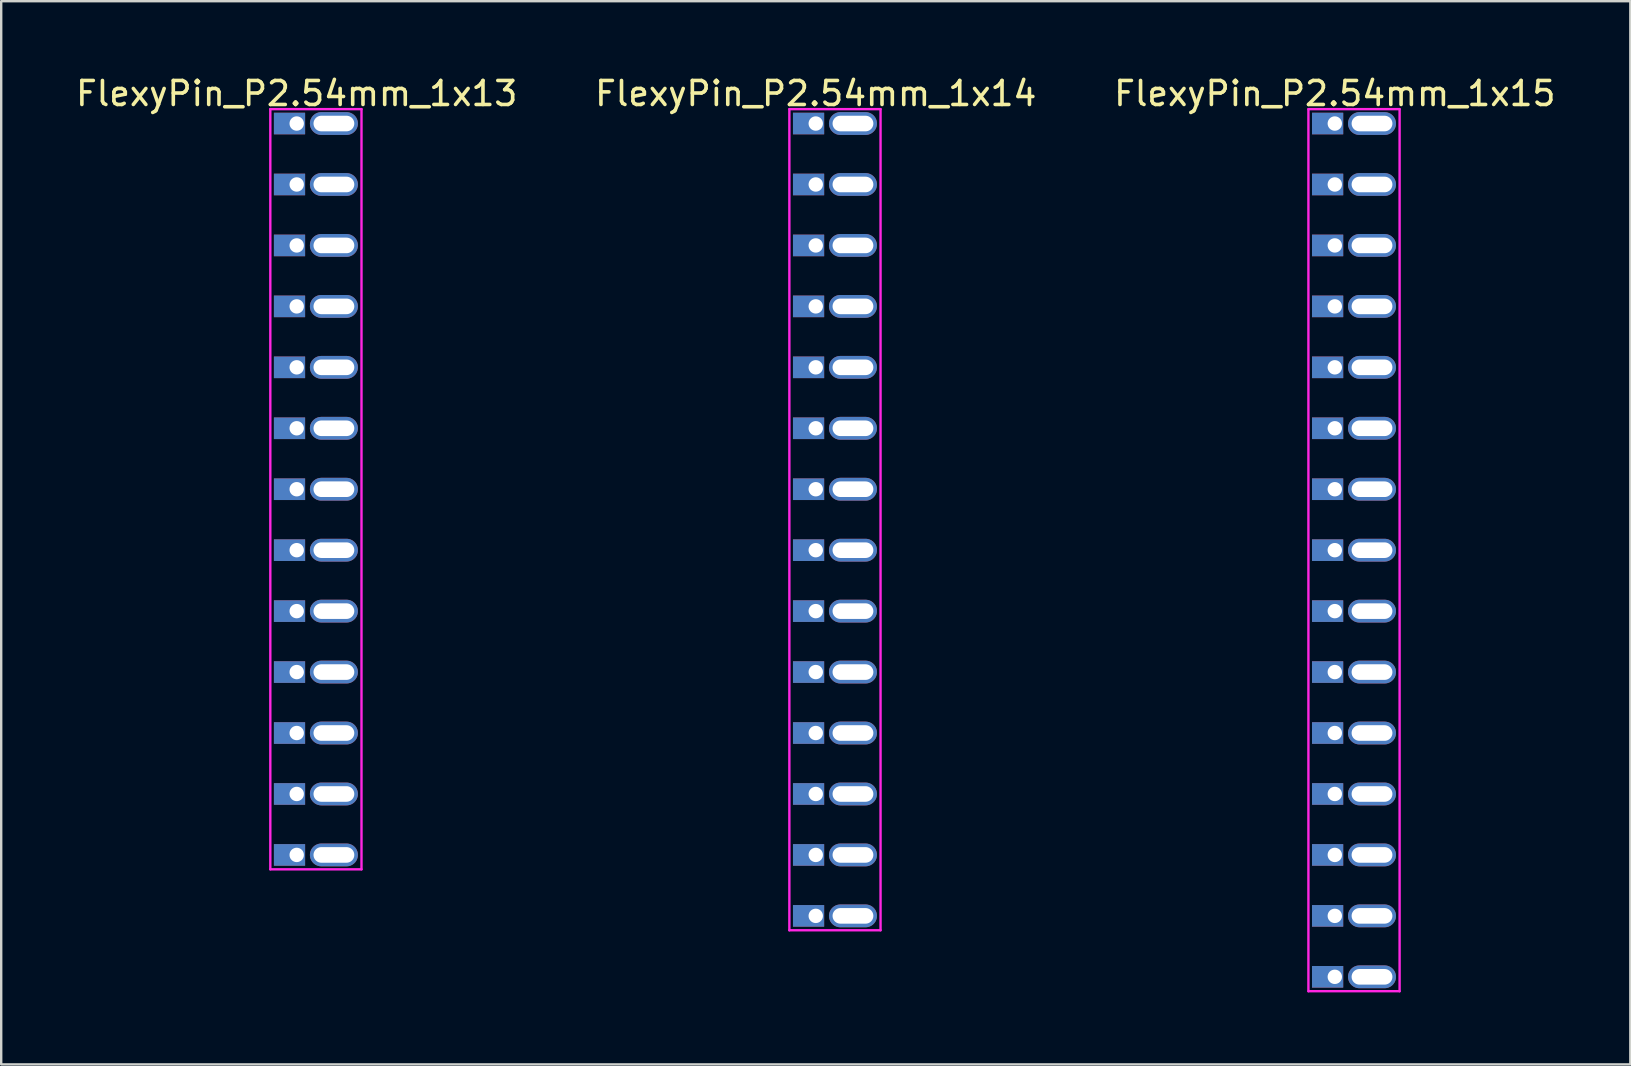
<source format=kicad_pcb>
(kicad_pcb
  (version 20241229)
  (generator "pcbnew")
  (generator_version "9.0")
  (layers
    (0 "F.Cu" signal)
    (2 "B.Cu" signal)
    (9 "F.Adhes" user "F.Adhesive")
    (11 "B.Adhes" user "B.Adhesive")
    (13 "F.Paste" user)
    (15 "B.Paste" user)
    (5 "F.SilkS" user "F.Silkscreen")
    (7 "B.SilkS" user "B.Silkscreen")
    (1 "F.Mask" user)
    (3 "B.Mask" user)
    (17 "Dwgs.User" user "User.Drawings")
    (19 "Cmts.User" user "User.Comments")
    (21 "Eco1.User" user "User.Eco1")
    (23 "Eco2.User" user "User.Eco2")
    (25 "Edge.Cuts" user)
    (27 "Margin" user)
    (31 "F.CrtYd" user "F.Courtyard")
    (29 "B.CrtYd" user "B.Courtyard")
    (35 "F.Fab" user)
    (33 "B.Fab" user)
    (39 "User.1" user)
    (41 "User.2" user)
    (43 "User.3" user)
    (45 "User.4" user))
  (footprint "FlexyPin_P2.54mm_1x13"
    (layer "F.Cu")
    (at 9.315 2.098)
    (property "Reference" "FlexyPin_P2.54mm_1x13" (at 0 -1.25 0) (layer "F.SilkS") (effects (font (size 1 1) (thickness 0.15))))
    (attr through_hole)
    (fp_line (start -1.1 -0.6) (end 2.7 -0.6) (stroke (width 0.1) (type solid)) (layer "F.CrtYd"))
    (fp_line (start -1.1 31.08) (end -1.1 -0.6) (stroke (width 0.1) (type solid)) (layer "F.CrtYd"))
    (fp_line (start 2.7 -0.6) (end 2.7 31.08) (stroke (width 0.1) (type solid)) (layer "F.CrtYd"))
    (fp_line (start 2.7 31.08) (end -1.1 31.08) (stroke (width 0.1) (type solid)) (layer "F.CrtYd"))
    (pad "" thru_hole oval (at 1.55 0) (size 2 0.95) (drill oval 1.7 0.65) (layers "*.Cu" "*.Mask"))
    (pad "" thru_hole oval (at 1.55 2.54) (size 2 0.95) (drill oval 1.7 0.65) (layers "*.Cu" "*.Mask"))
    (pad "" thru_hole oval (at 1.55 5.08) (size 2 0.95) (drill oval 1.7 0.65) (layers "*.Cu" "*.Mask"))
    (pad "" thru_hole oval (at 1.55 7.62) (size 2 0.95) (drill oval 1.7 0.65) (layers "*.Cu" "*.Mask"))
    (pad "" thru_hole oval (at 1.55 10.16) (size 2 0.95) (drill oval 1.7 0.65) (layers "*.Cu" "*.Mask"))
    (pad "" thru_hole oval (at 1.55 12.7) (size 2 0.95) (drill oval 1.7 0.65) (layers "*.Cu" "*.Mask"))
    (pad "" thru_hole oval (at 1.55 15.24) (size 2 0.95) (drill oval 1.7 0.65) (layers "*.Cu" "*.Mask"))
    (pad "" thru_hole oval (at 1.55 17.78) (size 2 0.95) (drill oval 1.7 0.65) (layers "*.Cu" "*.Mask"))
    (pad "" thru_hole oval (at 1.55 20.32) (size 2 0.95) (drill oval 1.7 0.65) (layers "*.Cu" "*.Mask"))
    (pad "" thru_hole oval (at 1.55 22.86) (size 2 0.95) (drill oval 1.7 0.65) (layers "*.Cu" "*.Mask"))
    (pad "" thru_hole oval (at 1.55 25.4) (size 2 0.95) (drill oval 1.7 0.65) (layers "*.Cu" "*.Mask"))
    (pad "" thru_hole oval (at 1.55 27.94) (size 2 0.95) (drill oval 1.7 0.65) (layers "*.Cu" "*.Mask"))
    (pad "" thru_hole oval (at 1.55 30.48) (size 2 0.95) (drill oval 1.7 0.65) (layers "*.Cu" "*.Mask"))
    (pad "1" thru_hole rect (at 0 0) (size 1.3 0.9) (drill 0.6 (offset -0.3 0)) (layers "*.Cu" "*.Mask"))
    (pad "2" thru_hole rect (at 0 2.54) (size 1.3 0.9) (drill 0.6 (offset -0.3 0)) (layers "*.Cu" "*.Mask"))
    (pad "3" thru_hole rect (at 0 5.08) (size 1.3 0.9) (drill 0.6 (offset -0.3 0)) (layers "*.Cu" "*.Mask"))
    (pad "4" thru_hole rect (at 0 7.62) (size 1.3 0.9) (drill 0.6 (offset -0.3 0)) (layers "*.Cu" "*.Mask"))
    (pad "5" thru_hole rect (at 0 10.16) (size 1.3 0.9) (drill 0.6 (offset -0.3 0)) (layers "*.Cu" "*.Mask"))
    (pad "6" thru_hole rect (at 0 12.7) (size 1.3 0.9) (drill 0.6 (offset -0.3 0)) (layers "*.Cu" "*.Mask"))
    (pad "7" thru_hole rect (at 0 15.24) (size 1.3 0.9) (drill 0.6 (offset -0.3 0)) (layers "*.Cu" "*.Mask"))
    (pad "8" thru_hole rect (at 0 17.78) (size 1.3 0.9) (drill 0.6 (offset -0.3 0)) (layers "*.Cu" "*.Mask"))
    (pad "9" thru_hole rect (at 0 20.32) (size 1.3 0.9) (drill 0.6 (offset -0.3 0)) (layers "*.Cu" "*.Mask"))
    (pad "10" thru_hole rect (at 0 22.86) (size 1.3 0.9) (drill 0.6 (offset -0.3 0)) (layers "*.Cu" "*.Mask"))
    (pad "11" thru_hole rect (at 0 25.4) (size 1.3 0.9) (drill 0.6 (offset -0.3 0)) (layers "*.Cu" "*.Mask"))
    (pad "12" thru_hole rect (at 0 27.94) (size 1.3 0.9) (drill 0.6 (offset -0.3 0)) (layers "*.Cu" "*.Mask"))
    (pad "13" thru_hole rect (at 0 30.48) (size 1.3 0.9) (drill 0.6 (offset -0.3 0)) (layers "*.Cu" "*.Mask")))
  (footprint "FlexyPin_P2.54mm_1x14"
    (layer "F.Cu")
    (at 30.946 2.098)
    (property "Reference" "FlexyPin_P2.54mm_1x14" (at 0 -1.25 0) (layer "F.SilkS") (effects (font (size 1 1) (thickness 0.15))))
    (attr through_hole)
    (fp_line (start -1.1 -0.6) (end 2.7 -0.6) (stroke (width 0.1) (type solid)) (layer "F.CrtYd"))
    (fp_line (start -1.1 33.62) (end -1.1 -0.6) (stroke (width 0.1) (type solid)) (layer "F.CrtYd"))
    (fp_line (start 2.7 -0.6) (end 2.7 33.62) (stroke (width 0.1) (type solid)) (layer "F.CrtYd"))
    (fp_line (start 2.7 33.62) (end -1.1 33.62) (stroke (width 0.1) (type solid)) (layer "F.CrtYd"))
    (pad "" thru_hole oval (at 1.55 0) (size 2 0.95) (drill oval 1.7 0.65) (layers "*.Cu" "*.Mask"))
    (pad "" thru_hole oval (at 1.55 2.54) (size 2 0.95) (drill oval 1.7 0.65) (layers "*.Cu" "*.Mask"))
    (pad "" thru_hole oval (at 1.55 5.08) (size 2 0.95) (drill oval 1.7 0.65) (layers "*.Cu" "*.Mask"))
    (pad "" thru_hole oval (at 1.55 7.62) (size 2 0.95) (drill oval 1.7 0.65) (layers "*.Cu" "*.Mask"))
    (pad "" thru_hole oval (at 1.55 10.16) (size 2 0.95) (drill oval 1.7 0.65) (layers "*.Cu" "*.Mask"))
    (pad "" thru_hole oval (at 1.55 12.7) (size 2 0.95) (drill oval 1.7 0.65) (layers "*.Cu" "*.Mask"))
    (pad "" thru_hole oval (at 1.55 15.24) (size 2 0.95) (drill oval 1.7 0.65) (layers "*.Cu" "*.Mask"))
    (pad "" thru_hole oval (at 1.55 17.78) (size 2 0.95) (drill oval 1.7 0.65) (layers "*.Cu" "*.Mask"))
    (pad "" thru_hole oval (at 1.55 20.32) (size 2 0.95) (drill oval 1.7 0.65) (layers "*.Cu" "*.Mask"))
    (pad "" thru_hole oval (at 1.55 22.86) (size 2 0.95) (drill oval 1.7 0.65) (layers "*.Cu" "*.Mask"))
    (pad "" thru_hole oval (at 1.55 25.4) (size 2 0.95) (drill oval 1.7 0.65) (layers "*.Cu" "*.Mask"))
    (pad "" thru_hole oval (at 1.55 27.94) (size 2 0.95) (drill oval 1.7 0.65) (layers "*.Cu" "*.Mask"))
    (pad "" thru_hole oval (at 1.55 30.48) (size 2 0.95) (drill oval 1.7 0.65) (layers "*.Cu" "*.Mask"))
    (pad "" thru_hole oval (at 1.55 33.02) (size 2 0.95) (drill oval 1.7 0.65) (layers "*.Cu" "*.Mask"))
    (pad "1" thru_hole rect (at 0 0) (size 1.3 0.9) (drill 0.6 (offset -0.3 0)) (layers "*.Cu" "*.Mask"))
    (pad "2" thru_hole rect (at 0 2.54) (size 1.3 0.9) (drill 0.6 (offset -0.3 0)) (layers "*.Cu" "*.Mask"))
    (pad "3" thru_hole rect (at 0 5.08) (size 1.3 0.9) (drill 0.6 (offset -0.3 0)) (layers "*.Cu" "*.Mask"))
    (pad "4" thru_hole rect (at 0 7.62) (size 1.3 0.9) (drill 0.6 (offset -0.3 0)) (layers "*.Cu" "*.Mask"))
    (pad "5" thru_hole rect (at 0 10.16) (size 1.3 0.9) (drill 0.6 (offset -0.3 0)) (layers "*.Cu" "*.Mask"))
    (pad "6" thru_hole rect (at 0 12.7) (size 1.3 0.9) (drill 0.6 (offset -0.3 0)) (layers "*.Cu" "*.Mask"))
    (pad "7" thru_hole rect (at 0 15.24) (size 1.3 0.9) (drill 0.6 (offset -0.3 0)) (layers "*.Cu" "*.Mask"))
    (pad "8" thru_hole rect (at 0 17.78) (size 1.3 0.9) (drill 0.6 (offset -0.3 0)) (layers "*.Cu" "*.Mask"))
    (pad "9" thru_hole rect (at 0 20.32) (size 1.3 0.9) (drill 0.6 (offset -0.3 0)) (layers "*.Cu" "*.Mask"))
    (pad "10" thru_hole rect (at 0 22.86) (size 1.3 0.9) (drill 0.6 (offset -0.3 0)) (layers "*.Cu" "*.Mask"))
    (pad "11" thru_hole rect (at 0 25.4) (size 1.3 0.9) (drill 0.6 (offset -0.3 0)) (layers "*.Cu" "*.Mask"))
    (pad "12" thru_hole rect (at 0 27.94) (size 1.3 0.9) (drill 0.6 (offset -0.3 0)) (layers "*.Cu" "*.Mask"))
    (pad "13" thru_hole rect (at 0 30.48) (size 1.3 0.9) (drill 0.6 (offset -0.3 0)) (layers "*.Cu" "*.Mask"))
    (pad "14" thru_hole rect (at 0 33.02) (size 1.3 0.9) (drill 0.6 (offset -0.3 0)) (layers "*.Cu" "*.Mask")))
  (footprint "FlexyPin_P2.54mm_1x15"
    (layer "F.Cu")
    (at 52.577 2.098)
    (property "Reference" "FlexyPin_P2.54mm_1x15" (at 0 -1.25 0) (layer "F.SilkS") (effects (font (size 1 1) (thickness 0.15))))
    (attr through_hole)
    (fp_line (start -1.1 -0.6) (end 2.7 -0.6) (stroke (width 0.1) (type solid)) (layer "F.CrtYd"))
    (fp_line (start -1.1 36.16) (end -1.1 -0.6) (stroke (width 0.1) (type solid)) (layer "F.CrtYd"))
    (fp_line (start 2.7 -0.6) (end 2.7 36.16) (stroke (width 0.1) (type solid)) (layer "F.CrtYd"))
    (fp_line (start 2.7 36.16) (end -1.1 36.16) (stroke (width 0.1) (type solid)) (layer "F.CrtYd"))
    (pad "" thru_hole oval (at 1.55 0) (size 2 0.95) (drill oval 1.7 0.65) (layers "*.Cu" "*.Mask"))
    (pad "" thru_hole oval (at 1.55 2.54) (size 2 0.95) (drill oval 1.7 0.65) (layers "*.Cu" "*.Mask"))
    (pad "" thru_hole oval (at 1.55 5.08) (size 2 0.95) (drill oval 1.7 0.65) (layers "*.Cu" "*.Mask"))
    (pad "" thru_hole oval (at 1.55 7.62) (size 2 0.95) (drill oval 1.7 0.65) (layers "*.Cu" "*.Mask"))
    (pad "" thru_hole oval (at 1.55 10.16) (size 2 0.95) (drill oval 1.7 0.65) (layers "*.Cu" "*.Mask"))
    (pad "" thru_hole oval (at 1.55 12.7) (size 2 0.95) (drill oval 1.7 0.65) (layers "*.Cu" "*.Mask"))
    (pad "" thru_hole oval (at 1.55 15.24) (size 2 0.95) (drill oval 1.7 0.65) (layers "*.Cu" "*.Mask"))
    (pad "" thru_hole oval (at 1.55 17.78) (size 2 0.95) (drill oval 1.7 0.65) (layers "*.Cu" "*.Mask"))
    (pad "" thru_hole oval (at 1.55 20.32) (size 2 0.95) (drill oval 1.7 0.65) (layers "*.Cu" "*.Mask"))
    (pad "" thru_hole oval (at 1.55 22.86) (size 2 0.95) (drill oval 1.7 0.65) (layers "*.Cu" "*.Mask"))
    (pad "" thru_hole oval (at 1.55 25.4) (size 2 0.95) (drill oval 1.7 0.65) (layers "*.Cu" "*.Mask"))
    (pad "" thru_hole oval (at 1.55 27.94) (size 2 0.95) (drill oval 1.7 0.65) (layers "*.Cu" "*.Mask"))
    (pad "" thru_hole oval (at 1.55 30.48) (size 2 0.95) (drill oval 1.7 0.65) (layers "*.Cu" "*.Mask"))
    (pad "" thru_hole oval (at 1.55 33.02) (size 2 0.95) (drill oval 1.7 0.65) (layers "*.Cu" "*.Mask"))
    (pad "" thru_hole oval (at 1.55 35.56) (size 2 0.95) (drill oval 1.7 0.65) (layers "*.Cu" "*.Mask"))
    (pad "1" thru_hole rect (at 0 0) (size 1.3 0.9) (drill 0.6 (offset -0.3 0)) (layers "*.Cu" "*.Mask"))
    (pad "2" thru_hole rect (at 0 2.54) (size 1.3 0.9) (drill 0.6 (offset -0.3 0)) (layers "*.Cu" "*.Mask"))
    (pad "3" thru_hole rect (at 0 5.08) (size 1.3 0.9) (drill 0.6 (offset -0.3 0)) (layers "*.Cu" "*.Mask"))
    (pad "4" thru_hole rect (at 0 7.62) (size 1.3 0.9) (drill 0.6 (offset -0.3 0)) (layers "*.Cu" "*.Mask"))
    (pad "5" thru_hole rect (at 0 10.16) (size 1.3 0.9) (drill 0.6 (offset -0.3 0)) (layers "*.Cu" "*.Mask"))
    (pad "6" thru_hole rect (at 0 12.7) (size 1.3 0.9) (drill 0.6 (offset -0.3 0)) (layers "*.Cu" "*.Mask"))
    (pad "7" thru_hole rect (at 0 15.24) (size 1.3 0.9) (drill 0.6 (offset -0.3 0)) (layers "*.Cu" "*.Mask"))
    (pad "8" thru_hole rect (at 0 17.78) (size 1.3 0.9) (drill 0.6 (offset -0.3 0)) (layers "*.Cu" "*.Mask"))
    (pad "9" thru_hole rect (at 0 20.32) (size 1.3 0.9) (drill 0.6 (offset -0.3 0)) (layers "*.Cu" "*.Mask"))
    (pad "10" thru_hole rect (at 0 22.86) (size 1.3 0.9) (drill 0.6 (offset -0.3 0)) (layers "*.Cu" "*.Mask"))
    (pad "11" thru_hole rect (at 0 25.4) (size 1.3 0.9) (drill 0.6 (offset -0.3 0)) (layers "*.Cu" "*.Mask"))
    (pad "12" thru_hole rect (at 0 27.94) (size 1.3 0.9) (drill 0.6 (offset -0.3 0)) (layers "*.Cu" "*.Mask"))
    (pad "13" thru_hole rect (at 0 30.48) (size 1.3 0.9) (drill 0.6 (offset -0.3 0)) (layers "*.Cu" "*.Mask"))
    (pad "14" thru_hole rect (at 0 33.02) (size 1.3 0.9) (drill 0.6 (offset -0.3 0)) (layers "*.Cu" "*.Mask"))
    (pad "15" thru_hole rect (at 0 35.56) (size 1.3 0.9) (drill 0.6 (offset -0.3 0)) (layers "*.Cu" "*.Mask")))
  (gr_rect
    (start -3 -3)
    (end 64.893 41.308)
    (stroke (width 0.1) (type default))
    (fill no)
    (layer "Edge.Cuts")))
</source>
